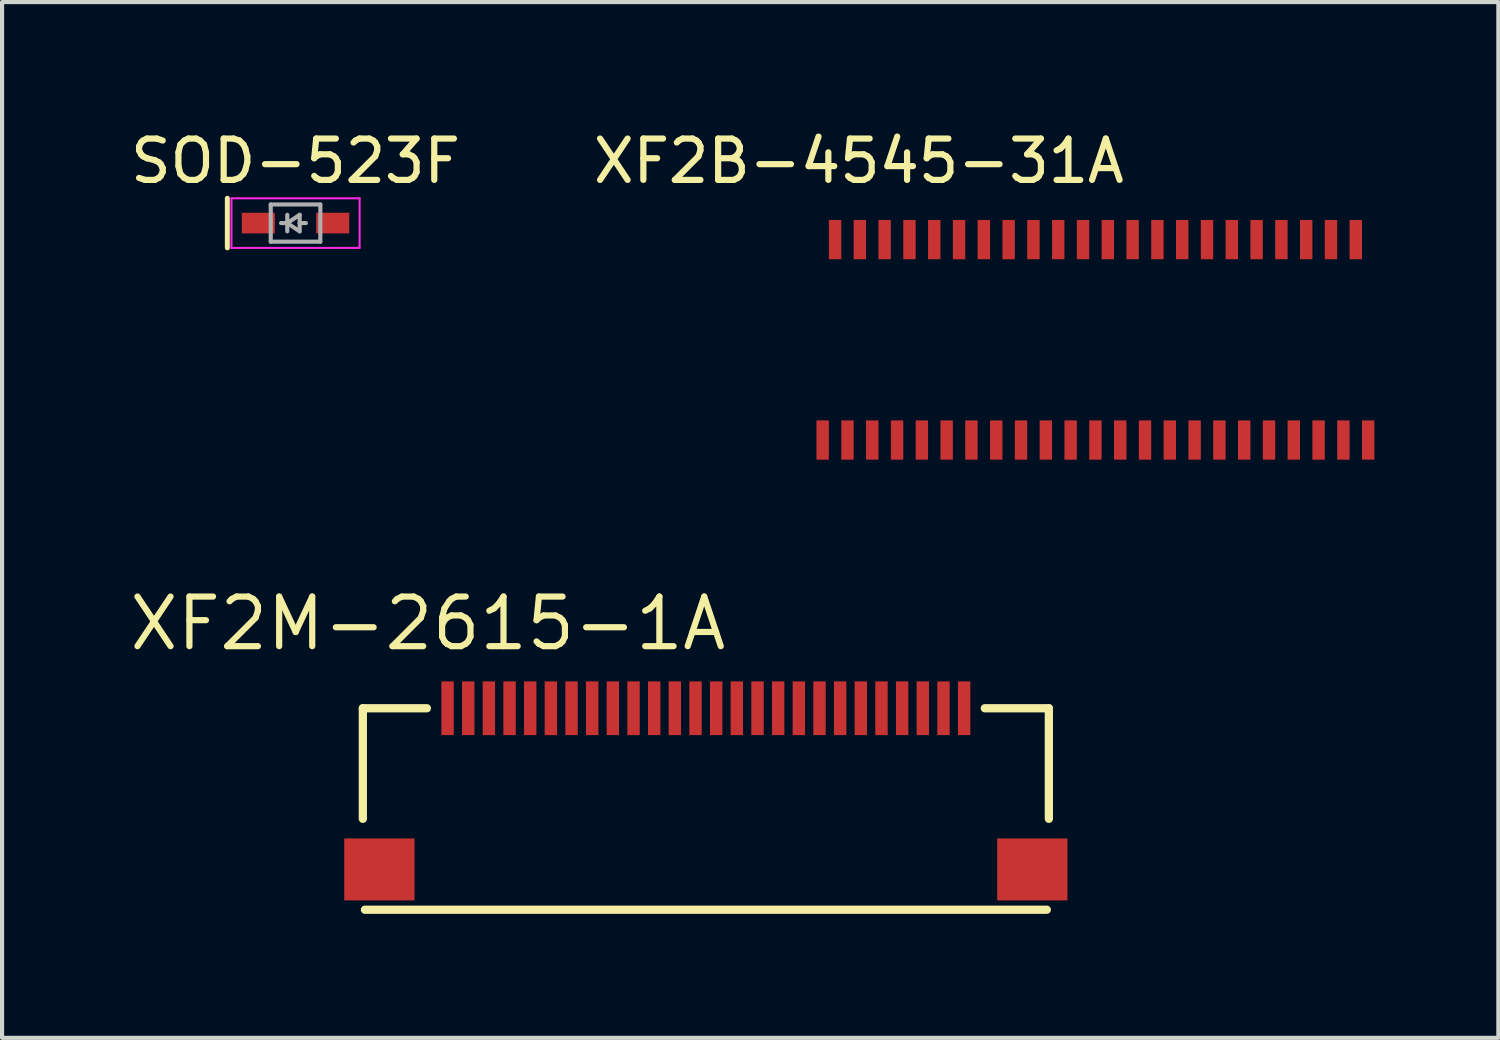
<source format=kicad_pcb>
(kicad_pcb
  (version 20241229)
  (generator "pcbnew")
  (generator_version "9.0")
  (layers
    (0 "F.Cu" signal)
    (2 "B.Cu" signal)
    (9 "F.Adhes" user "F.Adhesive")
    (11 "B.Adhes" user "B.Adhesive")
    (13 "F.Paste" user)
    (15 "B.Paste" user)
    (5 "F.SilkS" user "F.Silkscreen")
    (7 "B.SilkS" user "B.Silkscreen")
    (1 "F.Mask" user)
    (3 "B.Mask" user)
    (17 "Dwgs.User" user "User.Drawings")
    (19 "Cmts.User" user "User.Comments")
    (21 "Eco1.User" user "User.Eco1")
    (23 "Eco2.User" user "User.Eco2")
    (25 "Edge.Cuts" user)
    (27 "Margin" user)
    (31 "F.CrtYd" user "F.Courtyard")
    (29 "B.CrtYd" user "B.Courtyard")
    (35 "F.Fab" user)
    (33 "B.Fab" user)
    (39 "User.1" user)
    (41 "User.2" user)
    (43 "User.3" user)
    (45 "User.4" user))
  (footprint "XF2M-2615-1A"
    (layer "F.Cu")
    (at 14.03 14.088)
    (property "Reference" "XF2M-2615-1A" (at -6.725 -2.05 0) (layer "F.SilkS") (effects (font (size 1.2 1.2) (thickness 0.15))))
    (attr through_hole)
    (fp_line (start -8.3 0) (end -8.3 2.675) (stroke (width 0.2) (type solid)) (layer "F.SilkS"))
    (fp_line (start -8.25 4.875) (end 8.25 4.875) (stroke (width 0.2) (type solid)) (layer "F.SilkS"))
    (fp_line (start -6.75 0) (end -8.3 0) (stroke (width 0.2) (type solid)) (layer "F.SilkS"))
    (fp_line (start 6.75 0) (end 8.3 0) (stroke (width 0.2) (type solid)) (layer "F.SilkS"))
    (fp_line (start 8.3 0) (end 8.3 2.675) (stroke (width 0.2) (type solid)) (layer "F.SilkS"))
    (pad "0" smd rect (at -7.9 3.9) (size 1.7 1.5) (layers "F.Cu" "F.Mask" "F.Paste"))
    (pad "0" smd rect (at 7.9 3.9) (size 1.7 1.5) (layers "F.Cu" "F.Mask" "F.Paste"))
    (pad "1" smd rect (at -6.25 0) (size 0.3 1.3) (layers "F.Cu" "F.Mask" "F.Paste"))
    (pad "2" smd rect (at -5.75 0) (size 0.3 1.3) (layers "F.Cu" "F.Mask" "F.Paste"))
    (pad "3" smd rect (at -5.25 0) (size 0.3 1.3) (layers "F.Cu" "F.Mask" "F.Paste"))
    (pad "4" smd rect (at -4.75 0) (size 0.3 1.3) (layers "F.Cu" "F.Mask" "F.Paste"))
    (pad "5" smd rect (at -4.25 0) (size 0.3 1.3) (layers "F.Cu" "F.Mask" "F.Paste"))
    (pad "6" smd rect (at -3.75 0) (size 0.3 1.3) (layers "F.Cu" "F.Mask" "F.Paste"))
    (pad "7" smd rect (at -3.25 0) (size 0.3 1.3) (layers "F.Cu" "F.Mask" "F.Paste"))
    (pad "8" smd rect (at -2.75 0) (size 0.3 1.3) (layers "F.Cu" "F.Mask" "F.Paste"))
    (pad "9" smd rect (at -2.25 0) (size 0.3 1.3) (layers "F.Cu" "F.Mask" "F.Paste"))
    (pad "10" smd rect (at -1.75 0) (size 0.3 1.3) (layers "F.Cu" "F.Mask" "F.Paste"))
    (pad "11" smd rect (at -1.25 0) (size 0.3 1.3) (layers "F.Cu" "F.Mask" "F.Paste"))
    (pad "12" smd rect (at -0.75 0) (size 0.3 1.3) (layers "F.Cu" "F.Mask" "F.Paste"))
    (pad "13" smd rect (at -0.25 0) (size 0.3 1.3) (layers "F.Cu" "F.Mask" "F.Paste"))
    (pad "14" smd rect (at 0.25 0) (size 0.3 1.3) (layers "F.Cu" "F.Mask" "F.Paste"))
    (pad "15" smd rect (at 0.75 0) (size 0.3 1.3) (layers "F.Cu" "F.Mask" "F.Paste"))
    (pad "16" smd rect (at 1.25 0) (size 0.3 1.3) (layers "F.Cu" "F.Mask" "F.Paste"))
    (pad "17" smd rect (at 1.75 0) (size 0.3 1.3) (layers "F.Cu" "F.Mask" "F.Paste"))
    (pad "18" smd rect (at 2.25 0) (size 0.3 1.3) (layers "F.Cu" "F.Mask" "F.Paste"))
    (pad "19" smd rect (at 2.75 0) (size 0.3 1.3) (layers "F.Cu" "F.Mask" "F.Paste"))
    (pad "20" smd rect (at 3.25 0) (size 0.3 1.3) (layers "F.Cu" "F.Mask" "F.Paste"))
    (pad "21" smd rect (at 3.75 0) (size 0.3 1.3) (layers "F.Cu" "F.Mask" "F.Paste"))
    (pad "22" smd rect (at 4.25 0) (size 0.3 1.3) (layers "F.Cu" "F.Mask" "F.Paste"))
    (pad "23" smd rect (at 4.75 0) (size 0.3 1.3) (layers "F.Cu" "F.Mask" "F.Paste"))
    (pad "24" smd rect (at 5.25 0) (size 0.3 1.3) (layers "F.Cu" "F.Mask" "F.Paste"))
    (pad "25" smd rect (at 5.75 0) (size 0.3 1.3) (layers "F.Cu" "F.Mask" "F.Paste"))
    (pad "26" smd rect (at 6.25 0) (size 0.3 1.3) (layers "F.Cu" "F.Mask" "F.Paste")))
  (footprint "XF2B-4545-31A"
    (layer "F.Cu")
    (at 16.857 7.498)
    (property "Reference" "XF2B-4545-31A" (at 0.875 -6.65 0) (layer "F.SilkS") (effects (font (size 1 1) (thickness 0.15))))
    (attr through_hole)
    (pad "1" smd rect (at 0 0) (size 0.3 0.95) (drill (offset 0 0.1)) (layers "F.Cu" "F.Mask" "F.Paste"))
    (pad "2" smd rect (at 0.3 -4.65 180) (size 0.3 0.95) (drill (offset 0 0.1)) (layers "F.Cu" "F.Mask" "F.Paste"))
    (pad "3" smd rect (at 0.6 0) (size 0.3 0.95) (drill (offset 0 0.1)) (layers "F.Cu" "F.Mask" "F.Paste"))
    (pad "4" smd rect (at 0.9 -4.65 180) (size 0.3 0.95) (drill (offset 0 0.1)) (layers "F.Cu" "F.Mask" "F.Paste"))
    (pad "5" smd rect (at 1.2 0) (size 0.3 0.95) (drill (offset 0 0.1)) (layers "F.Cu" "F.Mask" "F.Paste"))
    (pad "6" smd rect (at 1.5 -4.65 180) (size 0.3 0.95) (drill (offset 0 0.1)) (layers "F.Cu" "F.Mask" "F.Paste"))
    (pad "7" smd rect (at 1.8 0) (size 0.3 0.95) (drill (offset 0 0.1)) (layers "F.Cu" "F.Mask" "F.Paste"))
    (pad "8" smd rect (at 2.1 -4.65 180) (size 0.3 0.95) (drill (offset 0 0.1)) (layers "F.Cu" "F.Mask" "F.Paste"))
    (pad "9" smd rect (at 2.4 0) (size 0.3 0.95) (drill (offset 0 0.1)) (layers "F.Cu" "F.Mask" "F.Paste"))
    (pad "10" smd rect (at 2.7 -4.65 180) (size 0.3 0.95) (drill (offset 0 0.1)) (layers "F.Cu" "F.Mask" "F.Paste"))
    (pad "11" smd rect (at 3 0) (size 0.3 0.95) (drill (offset 0 0.1)) (layers "F.Cu" "F.Mask" "F.Paste"))
    (pad "12" smd rect (at 3.3 -4.65 180) (size 0.3 0.95) (drill (offset 0 0.1)) (layers "F.Cu" "F.Mask" "F.Paste"))
    (pad "13" smd rect (at 3.6 0) (size 0.3 0.95) (drill (offset 0 0.1)) (layers "F.Cu" "F.Mask" "F.Paste"))
    (pad "14" smd rect (at 3.9 -4.65 180) (size 0.3 0.95) (drill (offset 0 0.1)) (layers "F.Cu" "F.Mask" "F.Paste"))
    (pad "15" smd rect (at 4.2 0) (size 0.3 0.95) (drill (offset 0 0.1)) (layers "F.Cu" "F.Mask" "F.Paste"))
    (pad "16" smd rect (at 4.5 -4.65 180) (size 0.3 0.95) (drill (offset 0 0.1)) (layers "F.Cu" "F.Mask" "F.Paste"))
    (pad "17" smd rect (at 4.8 0) (size 0.3 0.95) (drill (offset 0 0.1)) (layers "F.Cu" "F.Mask" "F.Paste"))
    (pad "18" smd rect (at 5.1 -4.65 180) (size 0.3 0.95) (drill (offset 0 0.1)) (layers "F.Cu" "F.Mask" "F.Paste"))
    (pad "19" smd rect (at 5.4 0) (size 0.3 0.95) (drill (offset 0 0.1)) (layers "F.Cu" "F.Mask" "F.Paste"))
    (pad "20" smd rect (at 5.7 -4.65 180) (size 0.3 0.95) (drill (offset 0 0.1)) (layers "F.Cu" "F.Mask" "F.Paste"))
    (pad "21" smd rect (at 6 0) (size 0.3 0.95) (drill (offset 0 0.1)) (layers "F.Cu" "F.Mask" "F.Paste"))
    (pad "22" smd rect (at 6.3 -4.65 180) (size 0.3 0.95) (drill (offset 0 0.1)) (layers "F.Cu" "F.Mask" "F.Paste"))
    (pad "23" smd rect (at 6.6 0) (size 0.3 0.95) (drill (offset 0 0.1)) (layers "F.Cu" "F.Mask" "F.Paste"))
    (pad "24" smd rect (at 6.9 -4.65 180) (size 0.3 0.95) (drill (offset 0 0.1)) (layers "F.Cu" "F.Mask" "F.Paste"))
    (pad "25" smd rect (at 7.2 0) (size 0.3 0.95) (drill (offset 0 0.1)) (layers "F.Cu" "F.Mask" "F.Paste"))
    (pad "26" smd rect (at 7.5 -4.65 180) (size 0.3 0.95) (drill (offset 0 0.1)) (layers "F.Cu" "F.Mask" "F.Paste"))
    (pad "27" smd rect (at 7.8 0) (size 0.3 0.95) (drill (offset 0 0.1)) (layers "F.Cu" "F.Mask" "F.Paste"))
    (pad "28" smd rect (at 8.1 -4.65 180) (size 0.3 0.95) (drill (offset 0 0.1)) (layers "F.Cu" "F.Mask" "F.Paste"))
    (pad "29" smd rect (at 8.4 0) (size 0.3 0.95) (drill (offset 0 0.1)) (layers "F.Cu" "F.Mask" "F.Paste"))
    (pad "30" smd rect (at 8.7 -4.65 180) (size 0.3 0.95) (drill (offset 0 0.1)) (layers "F.Cu" "F.Mask" "F.Paste"))
    (pad "31" smd rect (at 9 0) (size 0.3 0.95) (drill (offset 0 0.1)) (layers "F.Cu" "F.Mask" "F.Paste"))
    (pad "32" smd rect (at 9.3 -4.65 180) (size 0.3 0.95) (drill (offset 0 0.1)) (layers "F.Cu" "F.Mask" "F.Paste"))
    (pad "33" smd rect (at 9.6 0) (size 0.3 0.95) (drill (offset 0 0.1)) (layers "F.Cu" "F.Mask" "F.Paste"))
    (pad "34" smd rect (at 9.9 -4.65 180) (size 0.3 0.95) (drill (offset 0 0.1)) (layers "F.Cu" "F.Mask" "F.Paste"))
    (pad "35" smd rect (at 10.2 0) (size 0.3 0.95) (drill (offset 0 0.1)) (layers "F.Cu" "F.Mask" "F.Paste"))
    (pad "36" smd rect (at 10.5 -4.65 180) (size 0.3 0.95) (drill (offset 0 0.1)) (layers "F.Cu" "F.Mask" "F.Paste"))
    (pad "37" smd rect (at 10.8 0) (size 0.3 0.95) (drill (offset 0 0.1)) (layers "F.Cu" "F.Mask" "F.Paste"))
    (pad "38" smd rect (at 11.1 -4.65 180) (size 0.3 0.95) (drill (offset 0 0.1)) (layers "F.Cu" "F.Mask" "F.Paste"))
    (pad "39" smd rect (at 11.4 0) (size 0.3 0.95) (drill (offset 0 0.1)) (layers "F.Cu" "F.Mask" "F.Paste"))
    (pad "40" smd rect (at 11.7 -4.65 180) (size 0.3 0.95) (drill (offset 0 0.1)) (layers "F.Cu" "F.Mask" "F.Paste"))
    (pad "41" smd rect (at 12 0) (size 0.3 0.95) (drill (offset 0 0.1)) (layers "F.Cu" "F.Mask" "F.Paste"))
    (pad "42" smd rect (at 12.3 -4.65 180) (size 0.3 0.95) (drill (offset 0 0.1)) (layers "F.Cu" "F.Mask" "F.Paste"))
    (pad "43" smd rect (at 12.6 0) (size 0.3 0.95) (drill (offset 0 0.1)) (layers "F.Cu" "F.Mask" "F.Paste"))
    (pad "44" smd rect (at 12.9 -4.65 180) (size 0.3 0.95) (drill (offset 0 0.1)) (layers "F.Cu" "F.Mask" "F.Paste"))
    (pad "45" smd rect (at 13.2 0) (size 0.3 0.95) (drill (offset 0 0.1)) (layers "F.Cu" "F.Mask" "F.Paste")))
  (footprint "SOD-523F"
    (layer "F.Cu")
    (at 4.101 2.348)
    (property "Reference" "SOD-523F" (at 0 -1.5 0) (layer "F.SilkS") (effects (font (size 1 1) (thickness 0.15))))
    (attr smd)
    (fp_line (start -1.65 -0.6) (end -1.65 0.6) (stroke (width 0.12) (type solid)) (layer "F.SilkS"))
    (fp_line (start -1.55 -0.6) (end 1.55 -0.6) (stroke (width 0.05) (type solid)) (layer "F.CrtYd"))
    (fp_line (start -1.55 0.6) (end -1.55 -0.6) (stroke (width 0.05) (type solid)) (layer "F.CrtYd"))
    (fp_line (start 1.55 -0.6) (end 1.55 0.6) (stroke (width 0.05) (type solid)) (layer "F.CrtYd"))
    (fp_line (start 1.55 0.6) (end -1.55 0.6) (stroke (width 0.05) (type solid)) (layer "F.CrtYd"))
    (fp_line (start -0.6 -0.45) (end 0.6 -0.45) (stroke (width 0.1) (type solid)) (layer "F.Fab"))
    (fp_line (start -0.6 0.45) (end -0.6 -0.45) (stroke (width 0.1) (type solid)) (layer "F.Fab"))
    (fp_line (start -0.2 0) (end -0.35 0) (stroke (width 0.1) (type solid)) (layer "F.Fab"))
    (fp_line (start -0.2 0) (end 0.1 0.2) (stroke (width 0.1) (type solid)) (layer "F.Fab"))
    (fp_line (start -0.2 0.2) (end -0.2 -0.2) (stroke (width 0.1) (type solid)) (layer "F.Fab"))
    (fp_line (start 0.1 -0.2) (end -0.2 0) (stroke (width 0.1) (type solid)) (layer "F.Fab"))
    (fp_line (start 0.1 0) (end 0.25 0) (stroke (width 0.1) (type solid)) (layer "F.Fab"))
    (fp_line (start 0.1 0.2) (end 0.1 -0.2) (stroke (width 0.1) (type solid)) (layer "F.Fab"))
    (fp_line (start 0.6 -0.45) (end 0.6 0.45) (stroke (width 0.1) (type solid)) (layer "F.Fab"))
    (fp_line (start 0.6 0.45) (end -0.6 0.45) (stroke (width 0.1) (type solid)) (layer "F.Fab"))
    (pad "1" smd rect (at -0.9 0 180) (size 0.8 0.5) (layers "F.Cu" "F.Mask" "F.Paste"))
    (pad "2" smd rect (at 0.9 0 180) (size 0.8 0.5) (layers "F.Cu" "F.Mask" "F.Paste")))
  (gr_rect
    (start -3 -3)
    (end 33.207 22.064)
    (stroke (width 0.1) (type default))
    (fill no)
    (layer "Edge.Cuts")))
</source>
